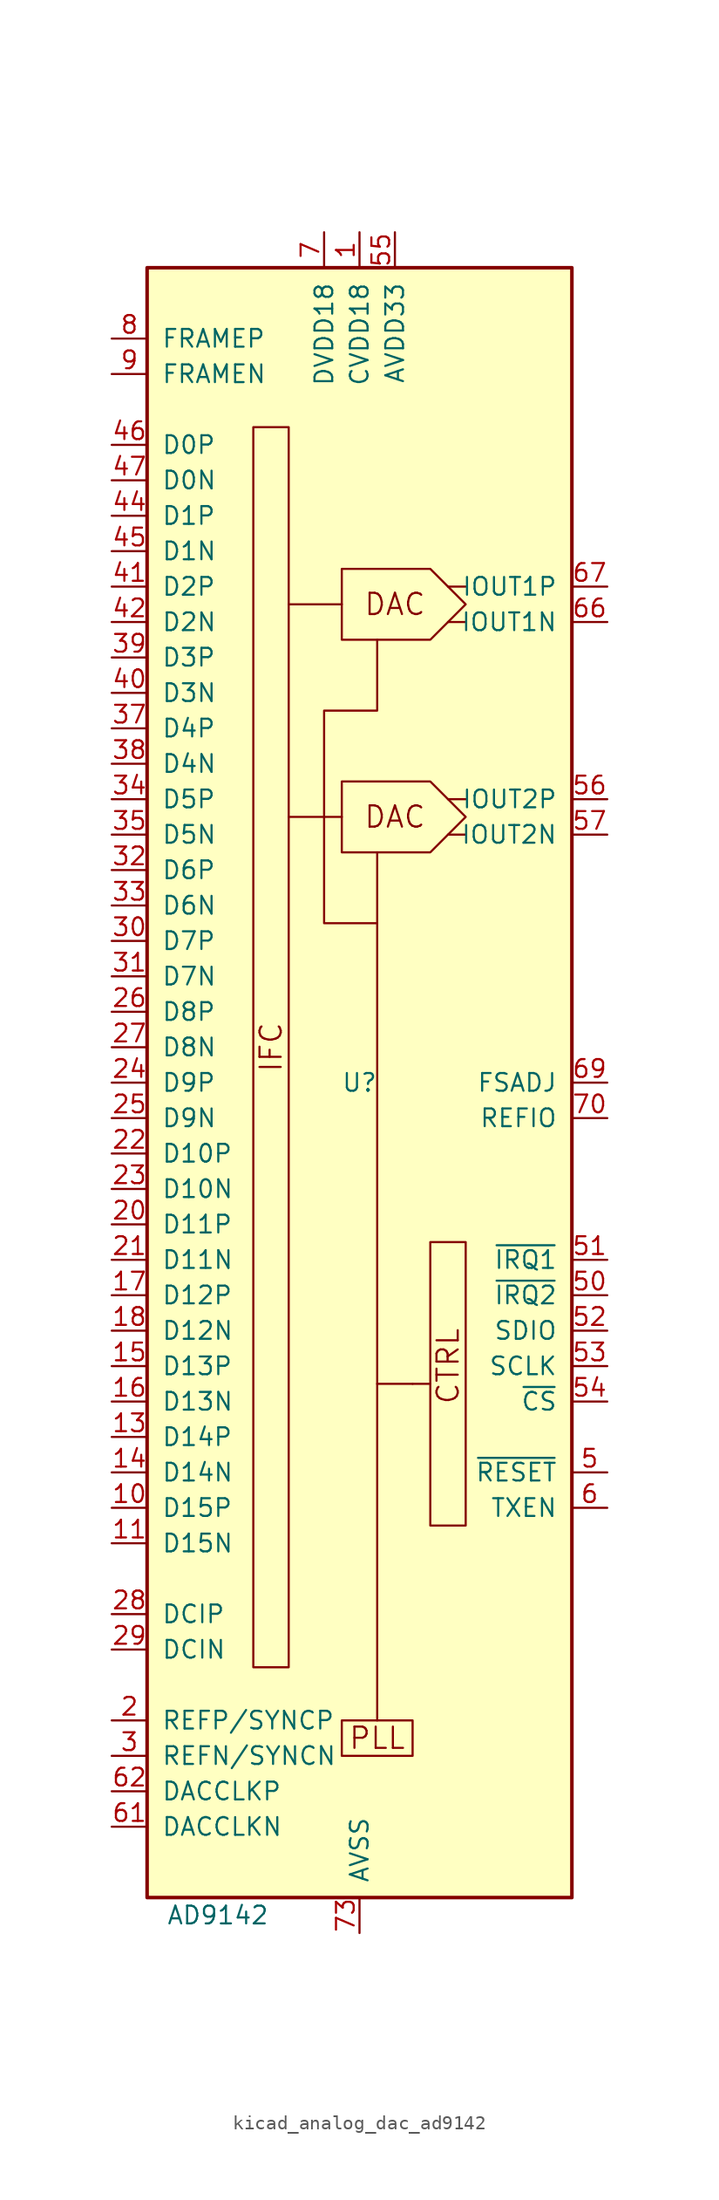
<source format=kicad_sym>
(kicad_symbol_lib
  (version 20220914)
  (generator kicad_symbol_editor)
  (symbol "kicad_analog_dac_ad9142"
    (pin_names
      (offset 1.016))
    (property "Reference" "U"
      (at 0 0 0)
      (effects (font (size 1.27 1.27))))
    (property "Value" "AD9142"
      (at -10.16 -59.69 0)
      (effects (font (size 1.27 1.27))))
    (symbol "kicad_analog_dac_ad9142_0_0"
      (rectangle (start -7.62 46.99) (end -5.08 -41.91) (stroke (width 0) (type default)) (fill (type none)))
      (rectangle (start -1.27 -45.72) (end 3.81 -48.26) (stroke (width 0) (type default)) (fill (type none)))
      (polyline (pts (xy -1.27 19.05) (xy -5.08 19.05)) (stroke (width 0) (type default)) (fill (type none)))
      (polyline (pts (xy -1.27 34.29) (xy -5.08 34.29)) (stroke (width 0) (type default)) (fill (type none)))
      (polyline (pts (xy 1.27 -45.72) (xy 1.27 16.51)) (stroke (width 0) (type default)) (fill (type none)))
      (polyline (pts (xy 3.81 -21.59) (xy 1.27 -21.59)) (stroke (width 0) (type default)) (fill (type none)))
      (polyline (pts (xy 5.08 -21.59) (xy 3.81 -21.59)) (stroke (width 0) (type default)) (fill (type none)))
      (polyline (pts (xy 6.35 17.78) (xy 7.62 17.78)) (stroke (width 0) (type default)) (fill (type none)))
      (polyline (pts (xy 6.35 20.32) (xy 7.62 20.32)) (stroke (width 0) (type default)) (fill (type none)))
      (polyline (pts (xy 6.35 33.02) (xy 7.62 33.02)) (stroke (width 0) (type default)) (fill (type none)))
      (polyline (pts (xy 6.35 35.56) (xy 7.62 35.56)) (stroke (width 0) (type default)) (fill (type none)))
      (polyline (pts (xy 1.27 11.43) (xy -2.54 11.43) (xy -2.54 26.67) (xy 1.27 26.67) (xy 1.27 31.75)) (stroke (width 0) (type default)) (fill (type none)))
      (polyline (pts (xy -1.27 21.59) (xy 5.08 21.59) (xy 7.62 19.05) (xy 5.08 16.51) (xy -1.27 16.51) (xy -1.27 21.59)) (stroke (width 0) (type default)) (fill (type none)))
      (polyline (pts (xy -1.27 36.83) (xy 5.08 36.83) (xy 7.62 34.29) (xy 5.08 31.75) (xy -1.27 31.75) (xy -1.27 36.83)) (stroke (width 0) (type default)) (fill (type none)))
      (rectangle (start 5.08 -11.43) (end 7.62 -31.75) (stroke (width 0) (type default)) (fill (type none)))
      (text "CTRL" (at 6.35 -20.32 900) (effects (font (size 1.524 1.524))))
      (text "DAC" (at 2.54 19.05 0) (effects (font (size 1.524 1.524))))
      (text "DAC" (at 2.54 34.29 0) (effects (font (size 1.524 1.524))))
      (text "IFC" (at -6.35 2.54 900) (effects (font (size 1.524 1.524))))
      (text "PLL" (at 1.27 -46.99 0) (effects (font (size 1.524 1.524)))))
    (symbol "kicad_analog_dac_ad9142_0_1"
      (rectangle (start -15.24 58.42) (end 15.24 -58.42) (stroke (width 0.254) (type default)) (fill (type background))))
    (symbol "kicad_analog_dac_ad9142_1_1"
      (pin power_in line (at 0 60.96 270) (length 2.54) (name "CVDD18" (effects (font (size 1.27 1.27)))) (number "1" (effects (font (size 1.27 1.27)))))
      (pin input line (at -17.78 -30.48 0) (length 2.54) (name "D15P" (effects (font (size 1.27 1.27)))) (number "10" (effects (font (size 1.27 1.27)))))
      (pin input line (at -17.78 -33.02 0) (length 2.54) (name "D15N" (effects (font (size 1.27 1.27)))) (number "11" (effects (font (size 1.27 1.27)))))
      (pin passive line (at -2.54 60.96 270) (length 2.54) hide (name "DVDD18" (effects (font (size 1.27 1.27)))) (number "12" (effects (font (size 1.27 1.27)))))
      (pin input line (at -17.78 -25.4 0) (length 2.54) (name "D14P" (effects (font (size 1.27 1.27)))) (number "13" (effects (font (size 1.27 1.27)))))
      (pin input line (at -17.78 -27.94 0) (length 2.54) (name "D14N" (effects (font (size 1.27 1.27)))) (number "14" (effects (font (size 1.27 1.27)))))
      (pin input line (at -17.78 -20.32 0) (length 2.54) (name "D13P" (effects (font (size 1.27 1.27)))) (number "15" (effects (font (size 1.27 1.27)))))
      (pin input line (at -17.78 -22.86 0) (length 2.54) (name "D13N" (effects (font (size 1.27 1.27)))) (number "16" (effects (font (size 1.27 1.27)))))
      (pin input line (at -17.78 -15.24 0) (length 2.54) (name "D12P" (effects (font (size 1.27 1.27)))) (number "17" (effects (font (size 1.27 1.27)))))
      (pin input line (at -17.78 -17.78 0) (length 2.54) (name "D12N" (effects (font (size 1.27 1.27)))) (number "18" (effects (font (size 1.27 1.27)))))
      (pin passive line (at -2.54 60.96 270) (length 2.54) hide (name "DVDD18" (effects (font (size 1.27 1.27)))) (number "19" (effects (font (size 1.27 1.27)))))
      (pin input line (at -17.78 -45.72 0) (length 2.54) (name "REFP/SYNCP" (effects (font (size 1.27 1.27)))) (number "2" (effects (font (size 1.27 1.27)))))
      (pin input line (at -17.78 -10.16 0) (length 2.54) (name "D11P" (effects (font (size 1.27 1.27)))) (number "20" (effects (font (size 1.27 1.27)))))
      (pin input line (at -17.78 -12.7 0) (length 2.54) (name "D11N" (effects (font (size 1.27 1.27)))) (number "21" (effects (font (size 1.27 1.27)))))
      (pin input line (at -17.78 -5.08 0) (length 2.54) (name "D10P" (effects (font (size 1.27 1.27)))) (number "22" (effects (font (size 1.27 1.27)))))
      (pin input line (at -17.78 -7.62 0) (length 2.54) (name "D10N" (effects (font (size 1.27 1.27)))) (number "23" (effects (font (size 1.27 1.27)))))
      (pin input line (at -17.78 0 0) (length 2.54) (name "D9P" (effects (font (size 1.27 1.27)))) (number "24" (effects (font (size 1.27 1.27)))))
      (pin input line (at -17.78 -2.54 0) (length 2.54) (name "D9N" (effects (font (size 1.27 1.27)))) (number "25" (effects (font (size 1.27 1.27)))))
      (pin input line (at -17.78 5.08 0) (length 2.54) (name "D8P" (effects (font (size 1.27 1.27)))) (number "26" (effects (font (size 1.27 1.27)))))
      (pin input line (at -17.78 2.54 0) (length 2.54) (name "D8N" (effects (font (size 1.27 1.27)))) (number "27" (effects (font (size 1.27 1.27)))))
      (pin input line (at -17.78 -38.1 0) (length 2.54) (name "DCIP" (effects (font (size 1.27 1.27)))) (number "28" (effects (font (size 1.27 1.27)))))
      (pin input line (at -17.78 -40.64 0) (length 2.54) (name "DCIN" (effects (font (size 1.27 1.27)))) (number "29" (effects (font (size 1.27 1.27)))))
      (pin input line (at -17.78 -48.26 0) (length 2.54) (name "REFN/SYNCN" (effects (font (size 1.27 1.27)))) (number "3" (effects (font (size 1.27 1.27)))))
      (pin input line (at -17.78 10.16 0) (length 2.54) (name "D7P" (effects (font (size 1.27 1.27)))) (number "30" (effects (font (size 1.27 1.27)))))
      (pin input line (at -17.78 7.62 0) (length 2.54) (name "D7N" (effects (font (size 1.27 1.27)))) (number "31" (effects (font (size 1.27 1.27)))))
      (pin input line (at -17.78 15.24 0) (length 2.54) (name "D6P" (effects (font (size 1.27 1.27)))) (number "32" (effects (font (size 1.27 1.27)))))
      (pin input line (at -17.78 12.7 0) (length 2.54) (name "D6N" (effects (font (size 1.27 1.27)))) (number "33" (effects (font (size 1.27 1.27)))))
      (pin input line (at -17.78 20.32 0) (length 2.54) (name "D5P" (effects (font (size 1.27 1.27)))) (number "34" (effects (font (size 1.27 1.27)))))
      (pin input line (at -17.78 17.78 0) (length 2.54) (name "D5N" (effects (font (size 1.27 1.27)))) (number "35" (effects (font (size 1.27 1.27)))))
      (pin passive line (at -2.54 60.96 270) (length 2.54) hide (name "DVDD18" (effects (font (size 1.27 1.27)))) (number "36" (effects (font (size 1.27 1.27)))))
      (pin input line (at -17.78 25.4 0) (length 2.54) (name "D4P" (effects (font (size 1.27 1.27)))) (number "37" (effects (font (size 1.27 1.27)))))
      (pin input line (at -17.78 22.86 0) (length 2.54) (name "D4N" (effects (font (size 1.27 1.27)))) (number "38" (effects (font (size 1.27 1.27)))))
      (pin input line (at -17.78 30.48 0) (length 2.54) (name "D3P" (effects (font (size 1.27 1.27)))) (number "39" (effects (font (size 1.27 1.27)))))
      (pin passive line (at 0 60.96 270) (length 2.54) hide (name "CVDD18" (effects (font (size 1.27 1.27)))) (number "4" (effects (font (size 1.27 1.27)))))
      (pin input line (at -17.78 27.94 0) (length 2.54) (name "D3N" (effects (font (size 1.27 1.27)))) (number "40" (effects (font (size 1.27 1.27)))))
      (pin input line (at -17.78 35.56 0) (length 2.54) (name "D2P" (effects (font (size 1.27 1.27)))) (number "41" (effects (font (size 1.27 1.27)))))
      (pin input line (at -17.78 33.02 0) (length 2.54) (name "D2N" (effects (font (size 1.27 1.27)))) (number "42" (effects (font (size 1.27 1.27)))))
      (pin passive line (at -2.54 60.96 270) (length 2.54) hide (name "DVDD18" (effects (font (size 1.27 1.27)))) (number "43" (effects (font (size 1.27 1.27)))))
      (pin input line (at -17.78 40.64 0) (length 2.54) (name "D1P" (effects (font (size 1.27 1.27)))) (number "44" (effects (font (size 1.27 1.27)))))
      (pin input line (at -17.78 38.1 0) (length 2.54) (name "D1N" (effects (font (size 1.27 1.27)))) (number "45" (effects (font (size 1.27 1.27)))))
      (pin input line (at -17.78 45.72 0) (length 2.54) (name "D0P" (effects (font (size 1.27 1.27)))) (number "46" (effects (font (size 1.27 1.27)))))
      (pin input line (at -17.78 43.18 0) (length 2.54) (name "D0N" (effects (font (size 1.27 1.27)))) (number "47" (effects (font (size 1.27 1.27)))))
      (pin passive line (at -2.54 60.96 270) (length 2.54) hide (name "DVDD18" (effects (font (size 1.27 1.27)))) (number "48" (effects (font (size 1.27 1.27)))))
      (pin passive line (at -2.54 60.96 270) (length 2.54) hide (name "DVDD18" (effects (font (size 1.27 1.27)))) (number "49" (effects (font (size 1.27 1.27)))))
      (pin input line (at 17.78 -27.94 180) (length 2.54) (name "~{RESET}" (effects (font (size 1.27 1.27)))) (number "5" (effects (font (size 1.27 1.27)))))
      (pin input line (at 17.78 -15.24 180) (length 2.54) (name "~{IRQ2}" (effects (font (size 1.27 1.27)))) (number "50" (effects (font (size 1.27 1.27)))))
      (pin input line (at 17.78 -12.7 180) (length 2.54) (name "~{IRQ1}" (effects (font (size 1.27 1.27)))) (number "51" (effects (font (size 1.27 1.27)))))
      (pin bidirectional line (at 17.78 -17.78 180) (length 2.54) (name "SDIO" (effects (font (size 1.27 1.27)))) (number "52" (effects (font (size 1.27 1.27)))))
      (pin input line (at 17.78 -20.32 180) (length 2.54) (name "SCLK" (effects (font (size 1.27 1.27)))) (number "53" (effects (font (size 1.27 1.27)))))
      (pin input line (at 17.78 -22.86 180) (length 2.54) (name "~{CS}" (effects (font (size 1.27 1.27)))) (number "54" (effects (font (size 1.27 1.27)))))
      (pin power_in line (at 2.54 60.96 270) (length 2.54) (name "AVDD33" (effects (font (size 1.27 1.27)))) (number "55" (effects (font (size 1.27 1.27)))))
      (pin output line (at 17.78 20.32 180) (length 2.54) (name "IOUT2P" (effects (font (size 1.27 1.27)))) (number "56" (effects (font (size 1.27 1.27)))))
      (pin output line (at 17.78 17.78 180) (length 2.54) (name "IOUT2N" (effects (font (size 1.27 1.27)))) (number "57" (effects (font (size 1.27 1.27)))))
      (pin passive line (at 2.54 60.96 270) (length 2.54) hide (name "AVDD33" (effects (font (size 1.27 1.27)))) (number "58" (effects (font (size 1.27 1.27)))))
      (pin passive line (at 0 60.96 270) (length 2.54) hide (name "CVDD18" (effects (font (size 1.27 1.27)))) (number "59" (effects (font (size 1.27 1.27)))))
      (pin input line (at 17.78 -30.48 180) (length 2.54) (name "TXEN" (effects (font (size 1.27 1.27)))) (number "6" (effects (font (size 1.27 1.27)))))
      (pin passive line (at 0 60.96 270) (length 2.54) hide (name "CVDD18" (effects (font (size 1.27 1.27)))) (number "60" (effects (font (size 1.27 1.27)))))
      (pin input line (at -17.78 -53.34 0) (length 2.54) (name "DACCLKN" (effects (font (size 1.27 1.27)))) (number "61" (effects (font (size 1.27 1.27)))))
      (pin input line (at -17.78 -50.8 0) (length 2.54) (name "DACCLKP" (effects (font (size 1.27 1.27)))) (number "62" (effects (font (size 1.27 1.27)))))
      (pin passive line (at 0 60.96 270) (length 2.54) hide (name "CVDD18" (effects (font (size 1.27 1.27)))) (number "63" (effects (font (size 1.27 1.27)))))
      (pin passive line (at 0 60.96 270) (length 2.54) hide (name "CVDD18" (effects (font (size 1.27 1.27)))) (number "64" (effects (font (size 1.27 1.27)))))
      (pin passive line (at 2.54 60.96 270) (length 2.54) hide (name "AVDD33" (effects (font (size 1.27 1.27)))) (number "65" (effects (font (size 1.27 1.27)))))
      (pin output line (at 17.78 33.02 180) (length 2.54) (name "IOUT1N" (effects (font (size 1.27 1.27)))) (number "66" (effects (font (size 1.27 1.27)))))
      (pin output line (at 17.78 35.56 180) (length 2.54) (name "IOUT1P" (effects (font (size 1.27 1.27)))) (number "67" (effects (font (size 1.27 1.27)))))
      (pin passive line (at 2.54 60.96 270) (length 2.54) hide (name "AVDD33" (effects (font (size 1.27 1.27)))) (number "68" (effects (font (size 1.27 1.27)))))
      (pin input line (at 17.78 0 180) (length 2.54) (name "FSADJ" (effects (font (size 1.27 1.27)))) (number "69" (effects (font (size 1.27 1.27)))))
      (pin power_in line (at -2.54 60.96 270) (length 2.54) (name "DVDD18" (effects (font (size 1.27 1.27)))) (number "7" (effects (font (size 1.27 1.27)))))
      (pin input line (at 17.78 -2.54 180) (length 2.54) (name "REFIO" (effects (font (size 1.27 1.27)))) (number "70" (effects (font (size 1.27 1.27)))))
      (pin passive line (at 0 60.96 270) (length 2.54) hide (name "CVDD18" (effects (font (size 1.27 1.27)))) (number "71" (effects (font (size 1.27 1.27)))))
      (pin passive line (at 0 60.96 270) (length 2.54) hide (name "CVDD18" (effects (font (size 1.27 1.27)))) (number "72" (effects (font (size 1.27 1.27)))))
      (pin power_in line (at 0 -60.96 90) (length 2.54) (name "AVSS" (effects (font (size 1.27 1.27)))) (number "73" (effects (font (size 1.27 1.27)))))
      (pin input line (at -17.78 53.34 0) (length 2.54) (name "FRAMEP" (effects (font (size 1.27 1.27)))) (number "8" (effects (font (size 1.27 1.27)))))
      (pin input line (at -17.78 50.8 0) (length 2.54) (name "FRAMEN" (effects (font (size 1.27 1.27)))) (number "9" (effects (font (size 1.27 1.27))))))))
</source>
